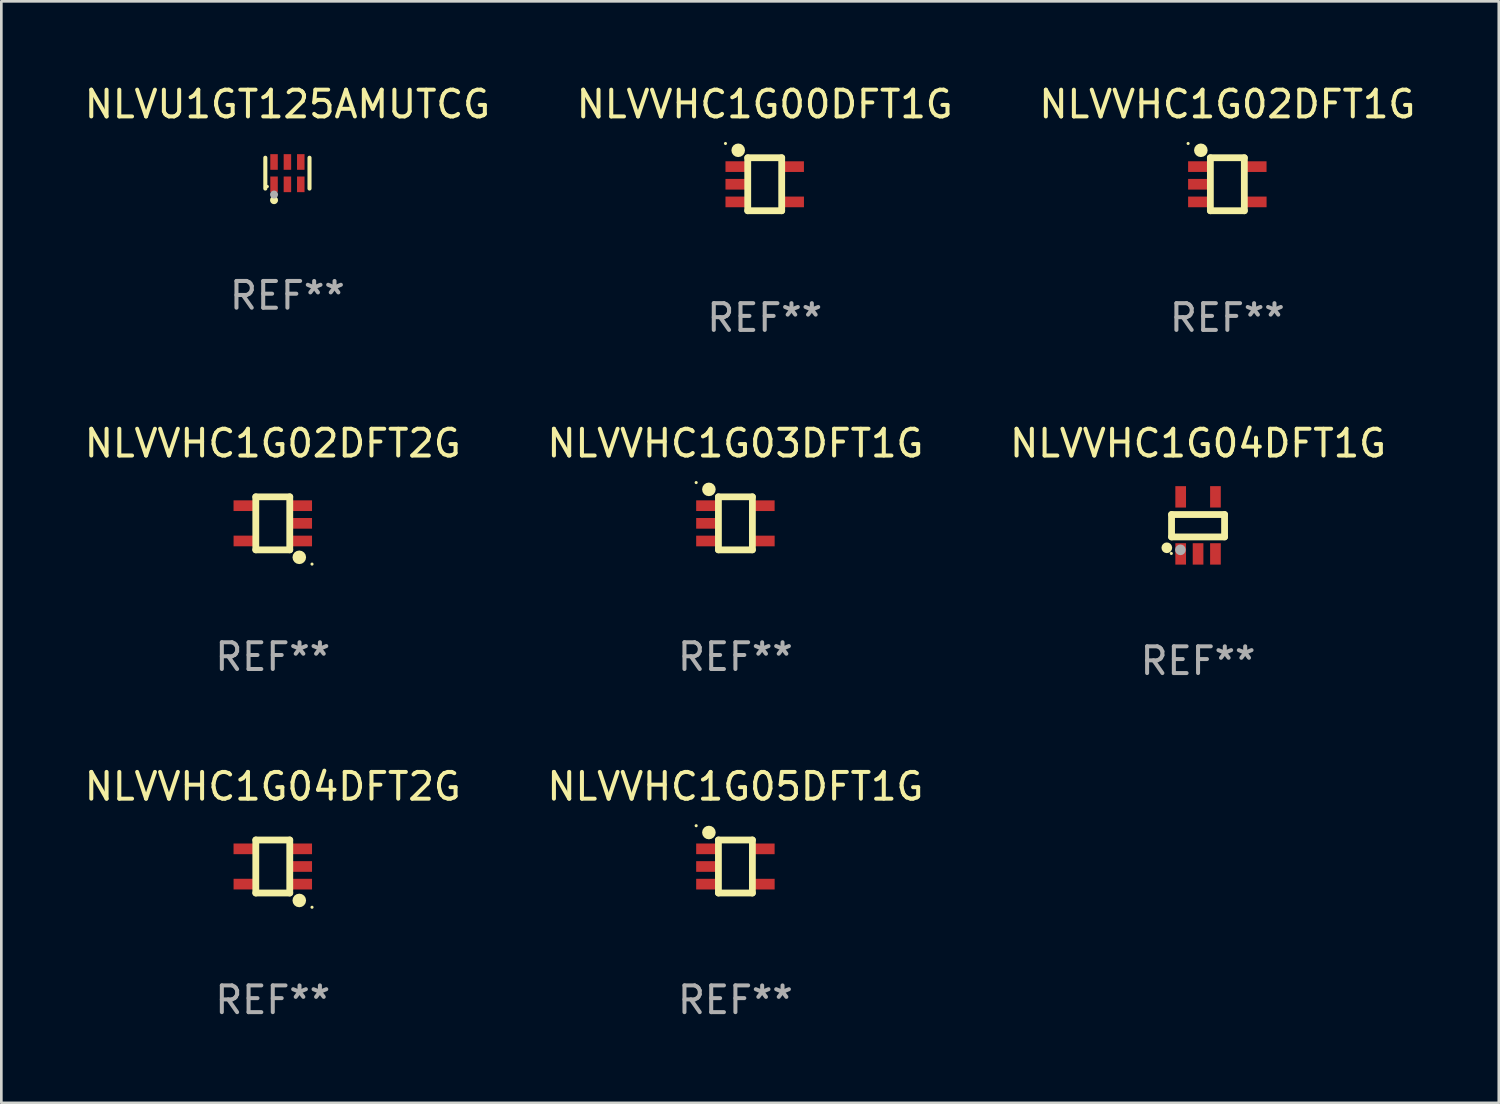
<source format=kicad_pcb>
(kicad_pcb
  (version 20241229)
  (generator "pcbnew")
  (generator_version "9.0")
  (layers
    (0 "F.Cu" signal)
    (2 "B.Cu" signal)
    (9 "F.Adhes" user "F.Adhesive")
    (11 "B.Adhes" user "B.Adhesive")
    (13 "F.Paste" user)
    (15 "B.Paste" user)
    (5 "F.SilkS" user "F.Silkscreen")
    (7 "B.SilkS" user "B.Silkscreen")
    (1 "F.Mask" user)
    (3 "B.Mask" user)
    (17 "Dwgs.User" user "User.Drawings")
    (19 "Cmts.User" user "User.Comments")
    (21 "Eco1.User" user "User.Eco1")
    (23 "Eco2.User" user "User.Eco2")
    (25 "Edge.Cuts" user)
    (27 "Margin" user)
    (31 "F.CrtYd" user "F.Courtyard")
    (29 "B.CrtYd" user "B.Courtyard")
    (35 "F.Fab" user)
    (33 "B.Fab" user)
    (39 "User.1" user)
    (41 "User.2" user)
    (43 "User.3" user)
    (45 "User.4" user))
  (footprint "NLVVHC1G02DFT2G"
    (layer "F.Cu")
    (at 7.149 16.517)
    (property "Reference" "NLVVHC1G02DFT2G" (at 0 -2.991 0) (layer "F.SilkS") (effects (font (size 1 1) (thickness 0.15))))
    (attr through_hole)
    (fp_line (start -0.635 -0.991) (end 0.635 -0.991) (stroke (width 0.254) (type solid)) (layer "F.SilkS"))
    (fp_line (start -0.635 0.991) (end -0.635 -0.991) (stroke (width 0.254) (type solid)) (layer "F.SilkS"))
    (fp_line (start 0.635 -0.991) (end 0.635 0.991) (stroke (width 0.254) (type solid)) (layer "F.SilkS"))
    (fp_line (start 0.635 0.991) (end -0.635 0.991) (stroke (width 0.254) (type solid)) (layer "F.SilkS"))
    (fp_circle (center 0.991 1.27) (end 1.118 1.27) (stroke (width 0.254) (type solid)) (fill no) (layer "F.SilkS"))
    (fp_circle (center 1.467 1.524) (end 1.497 1.524) (stroke (width 0.06) (type solid)) (fill no) (layer "F.SilkS"))
    (fp_text user "REF**" (at 0 4.991 0) (layer "F.Fab") (effects (font (size 1 1) (thickness 0.15))))
    (pad "1" smd rect (at 1.067 0.66 180) (size 0.8 0.399) (layers "F.Cu" "F.Mask" "F.Paste"))
    (pad "2" smd rect (at 1.067 0 180) (size 0.8 0.399) (layers "F.Cu" "F.Mask" "F.Paste"))
    (pad "3" smd rect (at 1.067 -0.66 180) (size 0.8 0.399) (layers "F.Cu" "F.Mask" "F.Paste"))
    (pad "4" smd rect (at -1.067 -0.66 180) (size 0.8 0.399) (layers "F.Cu" "F.Mask" "F.Paste"))
    (pad "5" smd rect (at -1.066 0.659 180) (size 0.8 0.399) (layers "F.Cu" "F.Mask" "F.Paste")))
  (footprint "NLVU1GT125AMUTCG"
    (layer "F.Cu")
    (at 7.696 3.424)
    (property "Reference" "NLVU1GT125AMUTCG" (at 0 -2.576 0) (layer "F.SilkS") (effects (font (size 1 1) (thickness 0.15))))
    (attr through_hole)
    (fp_line (start -0.826 0.576) (end -0.826 -0.576) (stroke (width 0.152) (type solid)) (layer "F.SilkS"))
    (fp_line (start 0.826 0.576) (end 0.826 -0.576) (stroke (width 0.152) (type solid)) (layer "F.SilkS"))
    (fp_circle (center -0.75 0.5) (end -0.72 0.5) (stroke (width 0.06) (type solid)) (fill no) (layer "F.SilkS"))
    (fp_circle (center -0.5 1.01) (end -0.425 1.01) (stroke (width 0.15) (type solid)) (fill no) (layer "F.SilkS"))
    (fp_circle (center -0.5 0.8) (end -0.425 0.8) (stroke (width 0.15) (type solid)) (fill no) (layer "F.Fab"))
    (fp_text user "REF**" (at 0 4.576 0) (layer "F.Fab") (effects (font (size 1 1) (thickness 0.15))))
    (pad "1" smd rect (at -0.5 0.418) (size 0.28 0.585) (layers "F.Cu" "F.Mask" "F.Paste"))
    (pad "2" smd rect (at 0 0.418) (size 0.28 0.585) (layers "F.Cu" "F.Mask" "F.Paste"))
    (pad "3" smd rect (at 0.5 0.418) (size 0.28 0.585) (layers "F.Cu" "F.Mask" "F.Paste"))
    (pad "4" smd rect (at 0.5 -0.418) (size 0.28 0.585) (layers "F.Cu" "F.Mask" "F.Paste"))
    (pad "5" smd rect (at 0 -0.418) (size 0.28 0.585) (layers "F.Cu" "F.Mask" "F.Paste"))
    (pad "6" smd rect (at -0.5 -0.418) (size 0.28 0.585) (layers "F.Cu" "F.Mask" "F.Paste")))
  (footprint "NLVVHC1G05DFT1G"
    (layer "F.Cu")
    (at 24.446 29.347)
    (property "Reference" "NLVVHC1G05DFT1G" (at 0 -2.991 0) (layer "F.SilkS") (effects (font (size 1 1) (thickness 0.15))))
    (attr through_hole)
    (fp_line (start -0.635 -0.991) (end 0.635 -0.991) (stroke (width 0.254) (type solid)) (layer "F.SilkS"))
    (fp_line (start -0.635 0.991) (end -0.635 -0.991) (stroke (width 0.254) (type solid)) (layer "F.SilkS"))
    (fp_line (start 0.635 -0.991) (end 0.635 0.991) (stroke (width 0.254) (type solid)) (layer "F.SilkS"))
    (fp_line (start 0.635 0.991) (end -0.635 0.991) (stroke (width 0.254) (type solid)) (layer "F.SilkS"))
    (fp_circle (center -1.467 -1.524) (end -1.437 -1.524) (stroke (width 0.06) (type solid)) (fill no) (layer "F.SilkS"))
    (fp_circle (center -0.991 -1.27) (end -0.864 -1.27) (stroke (width 0.254) (type solid)) (fill no) (layer "F.SilkS"))
    (fp_text user "REF**" (at 0 4.991 0) (layer "F.Fab") (effects (font (size 1 1) (thickness 0.15))))
    (pad "1" smd rect (at -1.067 -0.66) (size 0.8 0.399) (layers "F.Cu" "F.Mask" "F.Paste"))
    (pad "2" smd rect (at -1.067 0) (size 0.8 0.399) (layers "F.Cu" "F.Mask" "F.Paste"))
    (pad "3" smd rect (at -1.067 0.66) (size 0.8 0.399) (layers "F.Cu" "F.Mask" "F.Paste"))
    (pad "4" smd rect (at 1.067 0.66) (size 0.8 0.399) (layers "F.Cu" "F.Mask" "F.Paste"))
    (pad "5" smd rect (at 1.066 -0.659) (size 0.8 0.399) (layers "F.Cu" "F.Mask" "F.Paste")))
  (footprint "NLVVHC1G02DFT1G"
    (layer "F.Cu")
    (at 42.839 3.839)
    (property "Reference" "NLVVHC1G02DFT1G" (at 0 -2.991 0) (layer "F.SilkS") (effects (font (size 1 1) (thickness 0.15))))
    (attr through_hole)
    (fp_line (start -0.635 -0.991) (end 0.635 -0.991) (stroke (width 0.254) (type solid)) (layer "F.SilkS"))
    (fp_line (start -0.635 0.991) (end -0.635 -0.991) (stroke (width 0.254) (type solid)) (layer "F.SilkS"))
    (fp_line (start 0.635 -0.991) (end 0.635 0.991) (stroke (width 0.254) (type solid)) (layer "F.SilkS"))
    (fp_line (start 0.635 0.991) (end -0.635 0.991) (stroke (width 0.254) (type solid)) (layer "F.SilkS"))
    (fp_circle (center -1.467 -1.524) (end -1.437 -1.524) (stroke (width 0.06) (type solid)) (fill no) (layer "F.SilkS"))
    (fp_circle (center -0.991 -1.27) (end -0.864 -1.27) (stroke (width 0.254) (type solid)) (fill no) (layer "F.SilkS"))
    (fp_text user "REF**" (at 0 4.991 0) (layer "F.Fab") (effects (font (size 1 1) (thickness 0.15))))
    (pad "1" smd rect (at -1.067 -0.66) (size 0.8 0.399) (layers "F.Cu" "F.Mask" "F.Paste"))
    (pad "2" smd rect (at -1.067 0) (size 0.8 0.399) (layers "F.Cu" "F.Mask" "F.Paste"))
    (pad "3" smd rect (at -1.067 0.66) (size 0.8 0.399) (layers "F.Cu" "F.Mask" "F.Paste"))
    (pad "4" smd rect (at 1.067 0.66) (size 0.8 0.399) (layers "F.Cu" "F.Mask" "F.Paste"))
    (pad "5" smd rect (at 1.066 -0.659) (size 0.8 0.399) (layers "F.Cu" "F.Mask" "F.Paste")))
  (footprint "NLVVHC1G03DFT1G"
    (layer "F.Cu")
    (at 24.446 16.517)
    (property "Reference" "NLVVHC1G03DFT1G" (at 0 -2.991 0) (layer "F.SilkS") (effects (font (size 1 1) (thickness 0.15))))
    (attr through_hole)
    (fp_line (start -0.635 -0.991) (end 0.635 -0.991) (stroke (width 0.254) (type solid)) (layer "F.SilkS"))
    (fp_line (start -0.635 0.991) (end -0.635 -0.991) (stroke (width 0.254) (type solid)) (layer "F.SilkS"))
    (fp_line (start 0.635 -0.991) (end 0.635 0.991) (stroke (width 0.254) (type solid)) (layer "F.SilkS"))
    (fp_line (start 0.635 0.991) (end -0.635 0.991) (stroke (width 0.254) (type solid)) (layer "F.SilkS"))
    (fp_circle (center -1.467 -1.524) (end -1.437 -1.524) (stroke (width 0.06) (type solid)) (fill no) (layer "F.SilkS"))
    (fp_circle (center -0.991 -1.27) (end -0.864 -1.27) (stroke (width 0.254) (type solid)) (fill no) (layer "F.SilkS"))
    (fp_text user "REF**" (at 0 4.991 0) (layer "F.Fab") (effects (font (size 1 1) (thickness 0.15))))
    (pad "1" smd rect (at -1.067 -0.66) (size 0.8 0.399) (layers "F.Cu" "F.Mask" "F.Paste"))
    (pad "2" smd rect (at -1.067 0) (size 0.8 0.399) (layers "F.Cu" "F.Mask" "F.Paste"))
    (pad "3" smd rect (at -1.067 0.66) (size 0.8 0.399) (layers "F.Cu" "F.Mask" "F.Paste"))
    (pad "4" smd rect (at 1.067 0.66) (size 0.8 0.399) (layers "F.Cu" "F.Mask" "F.Paste"))
    (pad "5" smd rect (at 1.066 -0.659) (size 0.8 0.399) (layers "F.Cu" "F.Mask" "F.Paste")))
  (footprint "NLVVHC1G00DFT1G"
    (layer "F.Cu")
    (at 25.542 3.839)
    (property "Reference" "NLVVHC1G00DFT1G" (at 0 -2.991 0) (layer "F.SilkS") (effects (font (size 1 1) (thickness 0.15))))
    (attr through_hole)
    (fp_line (start -0.635 -0.991) (end 0.635 -0.991) (stroke (width 0.254) (type solid)) (layer "F.SilkS"))
    (fp_line (start -0.635 0.991) (end -0.635 -0.991) (stroke (width 0.254) (type solid)) (layer "F.SilkS"))
    (fp_line (start 0.635 -0.991) (end 0.635 0.991) (stroke (width 0.254) (type solid)) (layer "F.SilkS"))
    (fp_line (start 0.635 0.991) (end -0.635 0.991) (stroke (width 0.254) (type solid)) (layer "F.SilkS"))
    (fp_circle (center -1.467 -1.524) (end -1.437 -1.524) (stroke (width 0.06) (type solid)) (fill no) (layer "F.SilkS"))
    (fp_circle (center -0.991 -1.27) (end -0.864 -1.27) (stroke (width 0.254) (type solid)) (fill no) (layer "F.SilkS"))
    (fp_text user "REF**" (at 0 4.991 0) (layer "F.Fab") (effects (font (size 1 1) (thickness 0.15))))
    (pad "1" smd rect (at -1.067 -0.66) (size 0.8 0.399) (layers "F.Cu" "F.Mask" "F.Paste"))
    (pad "2" smd rect (at -1.067 0) (size 0.8 0.399) (layers "F.Cu" "F.Mask" "F.Paste"))
    (pad "3" smd rect (at -1.067 0.66) (size 0.8 0.399) (layers "F.Cu" "F.Mask" "F.Paste"))
    (pad "4" smd rect (at 1.067 0.66) (size 0.8 0.399) (layers "F.Cu" "F.Mask" "F.Paste"))
    (pad "5" smd rect (at 1.066 -0.659) (size 0.8 0.399) (layers "F.Cu" "F.Mask" "F.Paste")))
  (footprint "NLVVHC1G04DFT2G"
    (layer "F.Cu")
    (at 7.149 29.347)
    (property "Reference" "NLVVHC1G04DFT2G" (at 0 -2.991 0) (layer "F.SilkS") (effects (font (size 1 1) (thickness 0.15))))
    (attr through_hole)
    (fp_line (start -0.635 -0.991) (end 0.635 -0.991) (stroke (width 0.254) (type solid)) (layer "F.SilkS"))
    (fp_line (start -0.635 0.991) (end -0.635 -0.991) (stroke (width 0.254) (type solid)) (layer "F.SilkS"))
    (fp_line (start 0.635 -0.991) (end 0.635 0.991) (stroke (width 0.254) (type solid)) (layer "F.SilkS"))
    (fp_line (start 0.635 0.991) (end -0.635 0.991) (stroke (width 0.254) (type solid)) (layer "F.SilkS"))
    (fp_circle (center 0.991 1.27) (end 1.118 1.27) (stroke (width 0.254) (type solid)) (fill no) (layer "F.SilkS"))
    (fp_circle (center 1.467 1.524) (end 1.497 1.524) (stroke (width 0.06) (type solid)) (fill no) (layer "F.SilkS"))
    (fp_text user "REF**" (at 0 4.991 0) (layer "F.Fab") (effects (font (size 1 1) (thickness 0.15))))
    (pad "1" smd rect (at 1.067 0.66 180) (size 0.8 0.399) (layers "F.Cu" "F.Mask" "F.Paste"))
    (pad "2" smd rect (at 1.067 0 180) (size 0.8 0.399) (layers "F.Cu" "F.Mask" "F.Paste"))
    (pad "3" smd rect (at 1.067 -0.66 180) (size 0.8 0.399) (layers "F.Cu" "F.Mask" "F.Paste"))
    (pad "4" smd rect (at -1.067 -0.66 180) (size 0.8 0.399) (layers "F.Cu" "F.Mask" "F.Paste"))
    (pad "5" smd rect (at -1.066 0.659 180) (size 0.8 0.399) (layers "F.Cu" "F.Mask" "F.Paste")))
  (footprint "NLVVHC1G04DFT1G"
    (layer "F.Cu")
    (at 41.744 16.593)
    (property "Reference" "NLVVHC1G04DFT1G" (at 0 -3.067 0) (layer "F.SilkS") (effects (font (size 1 1) (thickness 0.15))))
    (attr through_hole)
    (fp_line (start -0.991 -0.406) (end 0.991 -0.406) (stroke (width 0.254) (type solid)) (layer "F.SilkS"))
    (fp_line (start -0.991 0.432) (end -0.991 -0.406) (stroke (width 0.254) (type solid)) (layer "F.SilkS"))
    (fp_line (start 0.991 -0.406) (end 0.991 0.432) (stroke (width 0.254) (type solid)) (layer "F.SilkS"))
    (fp_line (start 0.991 0.432) (end -0.991 0.432) (stroke (width 0.254) (type solid)) (layer "F.SilkS"))
    (fp_circle (center -1.168 0.838) (end -1.068 0.838) (stroke (width 0.2) (type solid)) (fill no) (layer "F.SilkS"))
    (fp_circle (center -1 1.05) (end -0.97 1.05) (stroke (width 0.06) (type solid)) (fill no) (layer "F.SilkS"))
    (fp_circle (center -0.66 0.914) (end -0.56 0.914) (stroke (width 0.2) (type solid)) (fill no) (layer "F.Fab"))
    (fp_text user "REF**" (at 0 5.067 0) (layer "F.Fab") (effects (font (size 1 1) (thickness 0.15))))
    (pad "1" smd rect (at -0.65 1.067 90) (size 0.8 0.399) (layers "F.Cu" "F.Mask" "F.Paste"))
    (pad "2" smd rect (at 0 1.067 90) (size 0.8 0.399) (layers "F.Cu" "F.Mask" "F.Paste"))
    (pad "3" smd rect (at 0.65 1.067 90) (size 0.8 0.399) (layers "F.Cu" "F.Mask" "F.Paste"))
    (pad "4" smd rect (at 0.65 -1.067 90) (size 0.8 0.399) (layers "F.Cu" "F.Mask" "F.Paste"))
    (pad "5" smd rect (at -0.65 -1.066 90) (size 0.8 0.399) (layers "F.Cu" "F.Mask" "F.Paste")))
  (gr_rect
    (start -3 -3)
    (end 52.988 38.186)
    (stroke (width 0.1) (type default))
    (fill no)
    (layer "Edge.Cuts")))
</source>
